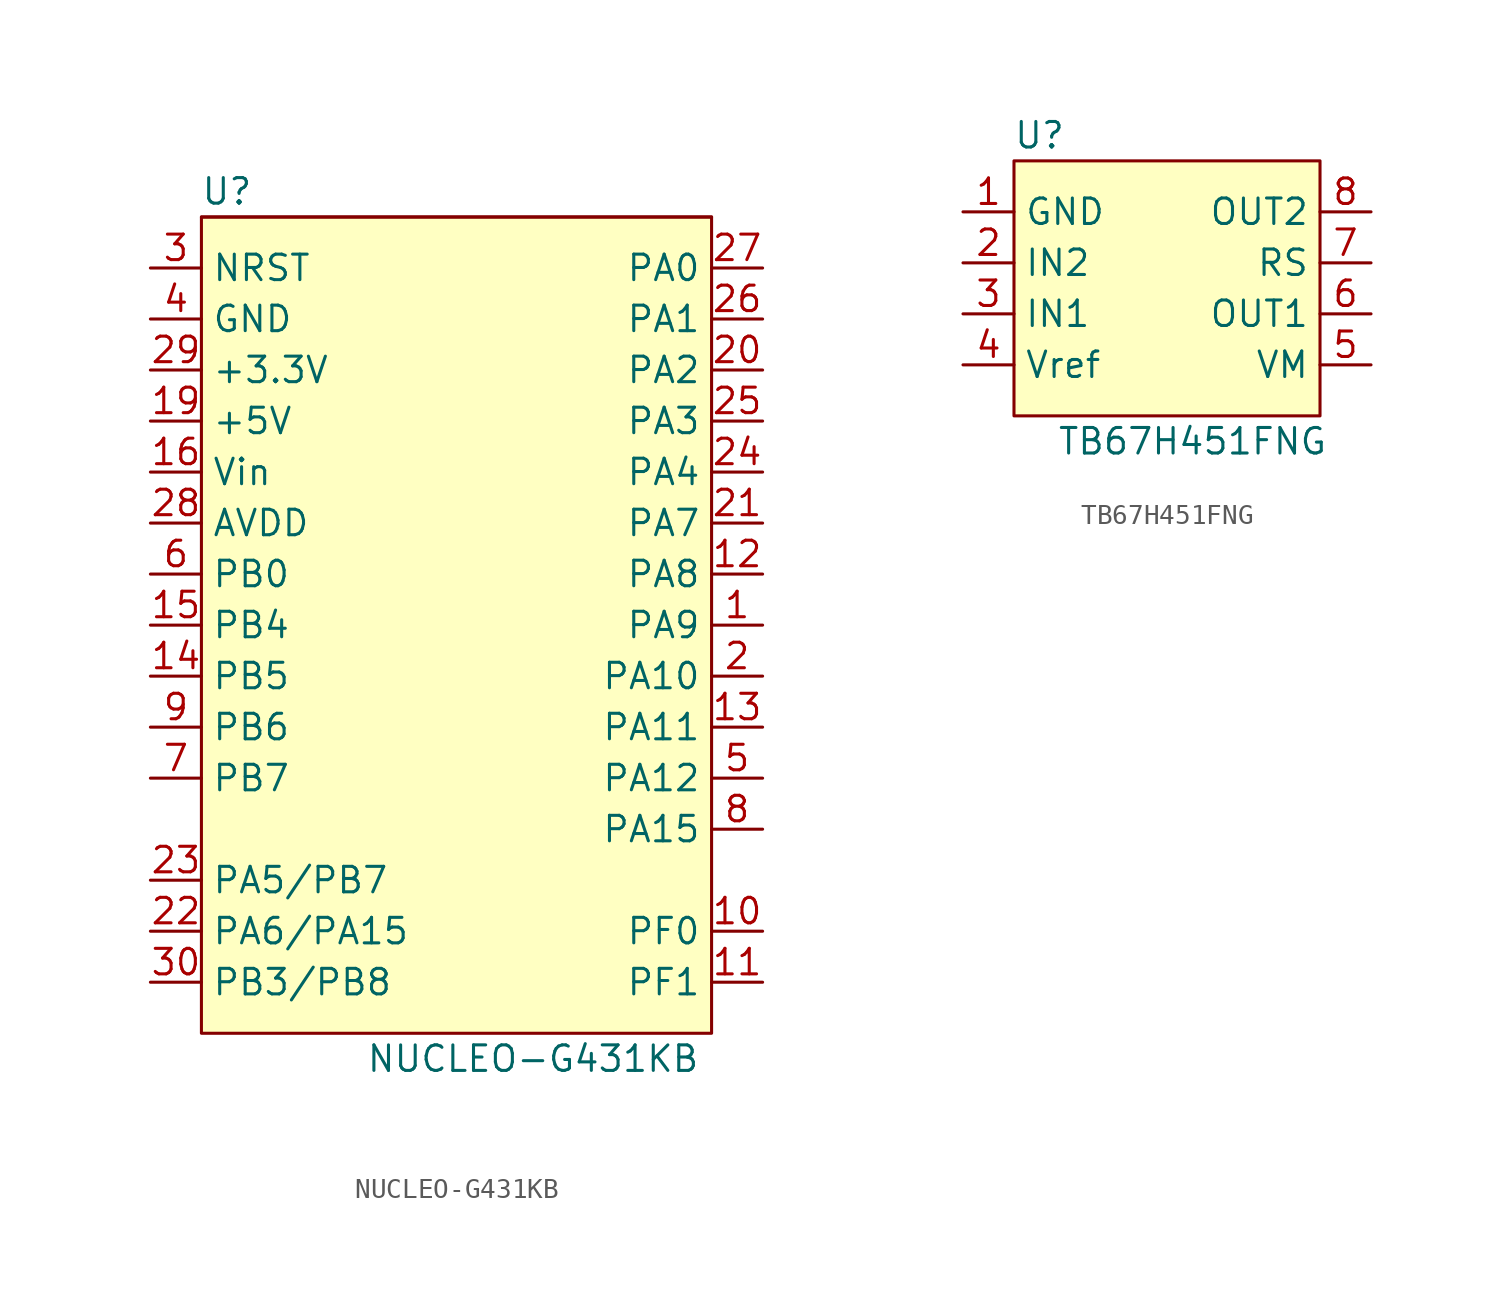
<source format=kicad_sym>
(kicad_symbol_lib
  (version 20211014)
  (generator kicad_symbol_editor)
  (symbol "NUCLEO-G431KB"
    (property "Reference" "U"
      (at -11.43 19.05 0)
      (effects (font (size 1.27 1.27))))
    (property "Value" "NUCLEO-G431KB"
      (at 3.81 -24.13 0)
      (effects (font (size 1.27 1.27))))
    (symbol "NUCLEO-G431KB_0_1"
      (rectangle (start -12.7 17.78) (end 12.7 -22.86) (stroke (width 0) (type default) (color 0 0 0 0)) (fill (type background)))
      (rectangle (start -12.7 17.78) (end 12.7 17.78) (stroke (width 0) (type default) (color 0 0 0 0)) (fill (type none))))
    (symbol "NUCLEO-G431KB_1_1"
      (pin passive line (at 15.24 -2.54 180) (length 2.54) (name "PA9" (effects (font (size 1.27 1.27)))) (number "1" (effects (font (size 1.27 1.27)))))
      (pin passive line (at 15.24 -17.78 180) (length 2.54) (name "PF0" (effects (font (size 1.27 1.27)))) (number "10" (effects (font (size 1.27 1.27)))))
      (pin passive line (at 15.24 -20.32 180) (length 2.54) (name "PF1" (effects (font (size 1.27 1.27)))) (number "11" (effects (font (size 1.27 1.27)))))
      (pin passive line (at 15.24 0 180) (length 2.54) (name "PA8" (effects (font (size 1.27 1.27)))) (number "12" (effects (font (size 1.27 1.27)))))
      (pin passive line (at 15.24 -7.62 180) (length 2.54) (name "PA11" (effects (font (size 1.27 1.27)))) (number "13" (effects (font (size 1.27 1.27)))))
      (pin passive line (at -15.24 -5.08 0) (length 2.54) (name "PB5" (effects (font (size 1.27 1.27)))) (number "14" (effects (font (size 1.27 1.27)))))
      (pin passive line (at -15.24 -2.54 0) (length 2.54) (name "PB4" (effects (font (size 1.27 1.27)))) (number "15" (effects (font (size 1.27 1.27)))))
      (pin power_in line (at -15.24 5.08 0) (length 2.54) (name "Vin" (effects (font (size 1.27 1.27)))) (number "16" (effects (font (size 1.27 1.27)))))
      (pin power_out line (at -15.24 7.62 0) (length 2.54) (name "+5V" (effects (font (size 1.27 1.27)))) (number "19" (effects (font (size 1.27 1.27)))))
      (pin passive line (at 15.24 -5.08 180) (length 2.54) (name "PA10" (effects (font (size 1.27 1.27)))) (number "2" (effects (font (size 1.27 1.27)))))
      (pin passive line (at 15.24 10.16 180) (length 2.54) (name "PA2" (effects (font (size 1.27 1.27)))) (number "20" (effects (font (size 1.27 1.27)))))
      (pin passive line (at 15.24 2.54 180) (length 2.54) (name "PA7" (effects (font (size 1.27 1.27)))) (number "21" (effects (font (size 1.27 1.27)))))
      (pin passive line (at -15.24 -17.78 0) (length 2.54) (name "PA6/PA15" (effects (font (size 1.27 1.27)))) (number "22" (effects (font (size 1.27 1.27)))))
      (pin passive line (at -15.24 -15.24 0) (length 2.54) (name "PA5/PB7" (effects (font (size 1.27 1.27)))) (number "23" (effects (font (size 1.27 1.27)))))
      (pin passive line (at 15.24 5.08 180) (length 2.54) (name "PA4" (effects (font (size 1.27 1.27)))) (number "24" (effects (font (size 1.27 1.27)))))
      (pin passive line (at 15.24 7.62 180) (length 2.54) (name "PA3" (effects (font (size 1.27 1.27)))) (number "25" (effects (font (size 1.27 1.27)))))
      (pin passive line (at 15.24 12.7 180) (length 2.54) (name "PA1" (effects (font (size 1.27 1.27)))) (number "26" (effects (font (size 1.27 1.27)))))
      (pin passive line (at 15.24 15.24 180) (length 2.54) (name "PA0" (effects (font (size 1.27 1.27)))) (number "27" (effects (font (size 1.27 1.27)))))
      (pin passive line (at -15.24 2.54 0) (length 2.54) (name "AVDD" (effects (font (size 1.27 1.27)))) (number "28" (effects (font (size 1.27 1.27)))))
      (pin power_out line (at -15.24 10.16 0) (length 2.54) (name "+3.3V" (effects (font (size 1.27 1.27)))) (number "29" (effects (font (size 1.27 1.27)))))
      (pin passive line (at -15.24 15.24 0) (length 2.54) (name "NRST" (effects (font (size 1.27 1.27)))) (number "3" (effects (font (size 1.27 1.27)))))
      (pin passive line (at -15.24 -20.32 0) (length 2.54) (name "PB3/PB8" (effects (font (size 1.27 1.27)))) (number "30" (effects (font (size 1.27 1.27)))))
      (pin power_in line (at -15.24 12.7 0) (length 2.54) (name "GND" (effects (font (size 1.27 1.27)))) (number "4" (effects (font (size 1.27 1.27)))))
      (pin passive line (at 15.24 -10.16 180) (length 2.54) (name "PA12" (effects (font (size 1.27 1.27)))) (number "5" (effects (font (size 1.27 1.27)))))
      (pin passive line (at -15.24 0 0) (length 2.54) (name "PB0" (effects (font (size 1.27 1.27)))) (number "6" (effects (font (size 1.27 1.27)))))
      (pin passive line (at -15.24 -10.16 0) (length 2.54) (name "PB7" (effects (font (size 1.27 1.27)))) (number "7" (effects (font (size 1.27 1.27)))))
      (pin passive line (at 15.24 -12.7 180) (length 2.54) (name "PA15" (effects (font (size 1.27 1.27)))) (number "8" (effects (font (size 1.27 1.27)))))
      (pin passive line (at -15.24 -7.62 0) (length 2.54) (name "PB6" (effects (font (size 1.27 1.27)))) (number "9" (effects (font (size 1.27 1.27)))))))
  (symbol "TB67H451FNG"
    (property "Reference" "U"
      (at -6.35 7.62 0)
      (effects (font (size 1.27 1.27))))
    (property "Value" "TB67H451FNG"
      (at 1.27 -7.62 0)
      (effects (font (size 1.27 1.27))))
    (symbol "TB67H451FNG_0_1"
      (rectangle (start -7.62 -6.35) (end 7.62 6.35) (stroke (width 0) (type default) (color 0 0 0 0)) (fill (type background))))
    (symbol "TB67H451FNG_1_1"
      (pin power_in line (at -10.16 3.81 0) (length 2.54) (name "GND" (effects (font (size 1.27 1.27)))) (number "1" (effects (font (size 1.27 1.27)))))
      (pin input line (at -10.16 1.27 0) (length 2.54) (name "IN2" (effects (font (size 1.27 1.27)))) (number "2" (effects (font (size 1.27 1.27)))))
      (pin input line (at -10.16 -1.27 0) (length 2.54) (name "IN1" (effects (font (size 1.27 1.27)))) (number "3" (effects (font (size 1.27 1.27)))))
      (pin input line (at -10.16 -3.81 0) (length 2.54) (name "Vref" (effects (font (size 1.27 1.27)))) (number "4" (effects (font (size 1.27 1.27)))))
      (pin power_in line (at 10.16 -3.81 180) (length 2.54) (name "VM" (effects (font (size 1.27 1.27)))) (number "5" (effects (font (size 1.27 1.27)))))
      (pin passive line (at 10.16 -1.27 180) (length 2.54) (name "OUT1" (effects (font (size 1.27 1.27)))) (number "6" (effects (font (size 1.27 1.27)))))
      (pin passive line (at 10.16 1.27 180) (length 2.54) (name "RS" (effects (font (size 1.27 1.27)))) (number "7" (effects (font (size 1.27 1.27)))))
      (pin passive line (at 10.16 3.81 180) (length 2.54) (name "OUT2" (effects (font (size 1.27 1.27)))) (number "8" (effects (font (size 1.27 1.27))))))))
</source>
